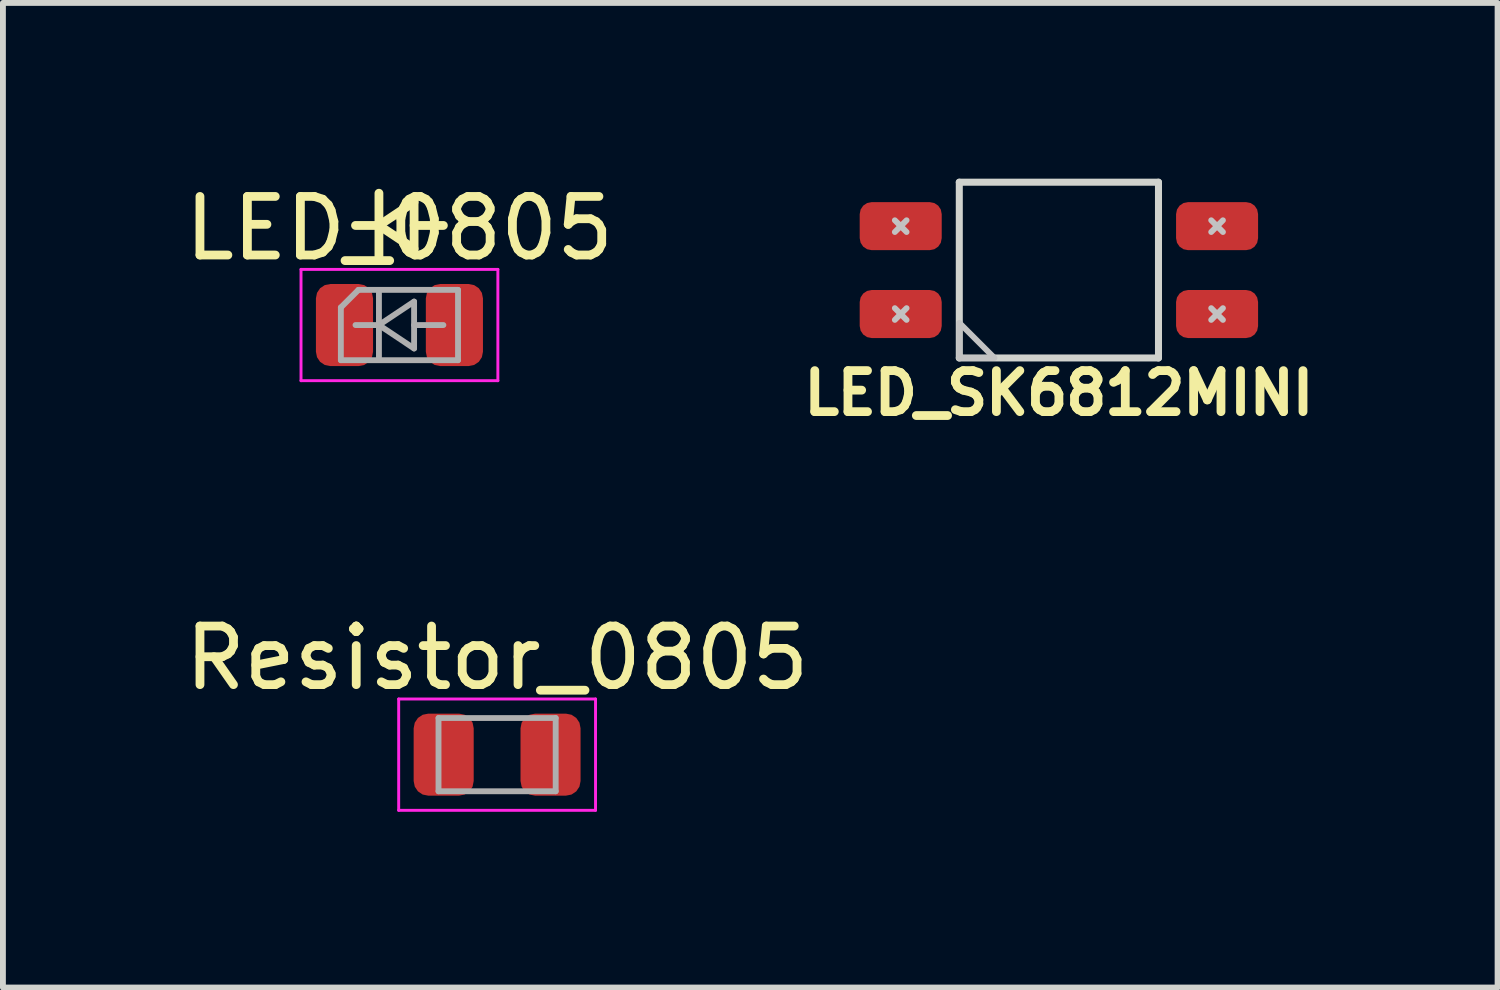
<source format=kicad_pcb>
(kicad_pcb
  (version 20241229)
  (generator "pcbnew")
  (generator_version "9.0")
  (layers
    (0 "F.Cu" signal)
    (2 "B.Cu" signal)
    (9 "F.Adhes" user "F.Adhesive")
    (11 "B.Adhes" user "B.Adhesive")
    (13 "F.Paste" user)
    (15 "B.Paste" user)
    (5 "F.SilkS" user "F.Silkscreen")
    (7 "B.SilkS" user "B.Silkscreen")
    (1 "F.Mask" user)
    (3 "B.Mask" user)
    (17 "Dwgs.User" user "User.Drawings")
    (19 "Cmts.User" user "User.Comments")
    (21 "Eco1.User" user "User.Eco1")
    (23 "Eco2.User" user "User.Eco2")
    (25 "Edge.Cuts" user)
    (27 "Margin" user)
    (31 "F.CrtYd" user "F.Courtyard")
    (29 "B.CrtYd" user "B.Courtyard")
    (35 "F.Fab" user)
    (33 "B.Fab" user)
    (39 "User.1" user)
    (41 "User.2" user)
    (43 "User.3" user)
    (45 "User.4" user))
  (footprint "LED_0805"
    (layer "F.Cu")
    (at 3.768 2.498)
    (property "Reference" "LED_0805" (at 0 -1.65 0) (layer "F.SilkS") (effects (font (size 1 1) (thickness 0.15))))
    (attr smd)
    (fp_line (start -0.75 -1.7) (end -0.35 -1.7) (stroke (width 0.15) (type solid)) (layer "F.SilkS"))
    (fp_line (start -0.35 -1.7) (end -0.35 -2.25) (stroke (width 0.15) (type solid)) (layer "F.SilkS"))
    (fp_line (start -0.35 -1.7) (end -0.35 -1.15) (stroke (width 0.15) (type solid)) (layer "F.SilkS"))
    (fp_line (start -0.35 -1.7) (end 0.25 -2.1) (stroke (width 0.15) (type solid)) (layer "F.SilkS"))
    (fp_line (start 0.25 -2.1) (end 0.25 -1.3) (stroke (width 0.15) (type solid)) (layer "F.SilkS"))
    (fp_line (start 0.25 -1.7) (end 0.75 -1.7) (stroke (width 0.15) (type solid)) (layer "F.SilkS"))
    (fp_line (start 0.25 -1.3) (end -0.35 -1.7) (stroke (width 0.15) (type solid)) (layer "F.SilkS"))
    (fp_line (start -1.68 -0.95) (end 1.68 -0.95) (stroke (width 0.05) (type solid)) (layer "F.CrtYd"))
    (fp_line (start -1.68 0.95) (end -1.68 -0.95) (stroke (width 0.05) (type solid)) (layer "F.CrtYd"))
    (fp_line (start 1.68 -0.95) (end 1.68 0.95) (stroke (width 0.05) (type solid)) (layer "F.CrtYd"))
    (fp_line (start 1.68 0.95) (end -1.68 0.95) (stroke (width 0.05) (type solid)) (layer "F.CrtYd"))
    (fp_line (start -1 -0.3) (end -1 0.6) (stroke (width 0.1) (type solid)) (layer "F.Fab"))
    (fp_line (start -1 0.6) (end 1 0.6) (stroke (width 0.1) (type solid)) (layer "F.Fab"))
    (fp_line (start -0.75 0) (end -0.35 0) (stroke (width 0.1) (type solid)) (layer "F.Fab"))
    (fp_line (start -0.7 -0.6) (end -1 -0.3) (stroke (width 0.1) (type solid)) (layer "F.Fab"))
    (fp_line (start -0.35 0) (end -0.35 -0.55) (stroke (width 0.1) (type solid)) (layer "F.Fab"))
    (fp_line (start -0.35 0) (end -0.35 0.55) (stroke (width 0.1) (type solid)) (layer "F.Fab"))
    (fp_line (start -0.35 0) (end 0.25 -0.4) (stroke (width 0.1) (type solid)) (layer "F.Fab"))
    (fp_line (start 0.25 -0.4) (end 0.25 0.4) (stroke (width 0.1) (type solid)) (layer "F.Fab"))
    (fp_line (start 0.25 0) (end 0.75 0) (stroke (width 0.1) (type solid)) (layer "F.Fab"))
    (fp_line (start 0.25 0.4) (end -0.35 0) (stroke (width 0.1) (type solid)) (layer "F.Fab"))
    (fp_line (start 1 -0.6) (end -0.7 -0.6) (stroke (width 0.1) (type solid)) (layer "F.Fab"))
    (fp_line (start 1 0.6) (end 1 -0.6) (stroke (width 0.1) (type solid)) (layer "F.Fab"))
    (pad "1" smd roundrect (at -0.938 0) (size 0.975 1.4) (layers "F.Cu" "F.Mask" "F.Paste") (roundrect_rratio 0.25))
    (pad "2" smd roundrect (at 0.938 0) (size 0.975 1.4) (layers "F.Cu" "F.Mask" "F.Paste") (roundrect_rratio 0.25)))
  (footprint "Resistor_0805"
    (layer "F.Cu")
    (at 5.435 9.831)
    (property "Reference" "Resistor_0805" (at 0 -1.65 0) (layer "F.SilkS") (effects (font (size 1 1) (thickness 0.15))))
    (attr smd)
    (fp_line (start -1.68 -0.95) (end 1.68 -0.95) (stroke (width 0.05) (type solid)) (layer "F.CrtYd"))
    (fp_line (start -1.68 0.95) (end -1.68 -0.95) (stroke (width 0.05) (type solid)) (layer "F.CrtYd"))
    (fp_line (start 1.68 -0.95) (end 1.68 0.95) (stroke (width 0.05) (type solid)) (layer "F.CrtYd"))
    (fp_line (start 1.68 0.95) (end -1.68 0.95) (stroke (width 0.05) (type solid)) (layer "F.CrtYd"))
    (fp_line (start -1 -0.625) (end 1 -0.625) (stroke (width 0.1) (type solid)) (layer "F.Fab"))
    (fp_line (start -1 0.625) (end -1 -0.625) (stroke (width 0.1) (type solid)) (layer "F.Fab"))
    (fp_line (start 1 -0.625) (end 1 0.625) (stroke (width 0.1) (type solid)) (layer "F.Fab"))
    (fp_line (start 1 0.625) (end -1 0.625) (stroke (width 0.1) (type solid)) (layer "F.Fab"))
    (pad "1" smd roundrect (at -0.912 0) (size 1.025 1.4) (layers "F.Cu" "F.Mask" "F.Paste") (roundrect_rratio 0.244))
    (pad "2" smd roundrect (at 0.912 0) (size 1.025 1.4) (layers "F.Cu" "F.Mask" "F.Paste") (roundrect_rratio 0.244)))
  (footprint "LED_SK6812MINI"
    (layer "F.Cu")
    (at 15.024 1.56)
    (property "Reference" "LED_SK6812MINI" (at 0 2.1 0) (unlocked yes) (layer "F.SilkS") (effects (font (size 0.7 0.7) (thickness 0.15))))
    (attr through_hole)
    (fp_line (start -2.8 -0.65) (end -2.6 -0.85) (stroke (width 0.1) (type default)) (layer "Dwgs.User"))
    (fp_line (start -2.8 0.85) (end -2.6 0.65) (stroke (width 0.1) (type default)) (layer "Dwgs.User"))
    (fp_line (start -2.6 -0.65) (end -2.8 -0.85) (stroke (width 0.1) (type default)) (layer "Dwgs.User"))
    (fp_line (start -2.6 0.85) (end -2.8 0.65) (stroke (width 0.1) (type default)) (layer "Dwgs.User"))
    (fp_line (start 2.6 -0.65) (end 2.8 -0.85) (stroke (width 0.1) (type default)) (layer "Dwgs.User"))
    (fp_line (start 2.6 0.85) (end 2.8 0.65) (stroke (width 0.1) (type default)) (layer "Dwgs.User"))
    (fp_line (start 2.8 -0.65) (end 2.6 -0.85) (stroke (width 0.1) (type default)) (layer "Dwgs.User"))
    (fp_line (start 2.8 0.85) (end 2.6 0.65) (stroke (width 0.1) (type default)) (layer "Dwgs.User"))
    (fp_poly (pts (xy -1.1 1.5) (xy -1.7 1.5) (xy -1.7 0.9)) (stroke (width 0.1) (type solid)) (fill no) (layer "Dwgs.User"))
    (fp_line (start -1.7 -1.5) (end -1.7 1.5) (stroke (width 0.12) (type solid)) (layer "Edge.Cuts"))
    (fp_line (start -1.7 1.5) (end 1.7 1.5) (stroke (width 0.12) (type solid)) (layer "Edge.Cuts"))
    (fp_line (start 1.7 -1.5) (end -1.7 -1.5) (stroke (width 0.12) (type solid)) (layer "Edge.Cuts"))
    (fp_line (start 1.7 1.5) (end 1.7 -1.5) (stroke (width 0.12) (type solid)) (layer "Edge.Cuts"))
    (pad "1" smd roundrect (at 2.7 -0.75) (size 1.4 0.82) (layers "F.Cu" "F.Mask" "F.Paste") (roundrect_rratio 0.25))
    (pad "2" smd roundrect (at 2.7 0.75) (size 1.4 0.82) (layers "F.Cu" "F.Mask" "F.Paste") (roundrect_rratio 0.25))
    (pad "3" smd roundrect (at -2.7 0.75) (size 1.4 0.82) (layers "F.Cu" "F.Mask" "F.Paste") (roundrect_rratio 0.25))
    (pad "4" smd roundrect (at -2.7 -0.75) (size 1.4 0.82) (layers "F.Cu" "F.Mask" "F.Paste") (roundrect_rratio 0.25)))
  (gr_rect
    (start -3 -3)
    (end 22.512 13.806)
    (stroke (width 0.1) (type default))
    (fill no)
    (layer "Edge.Cuts")))
</source>
